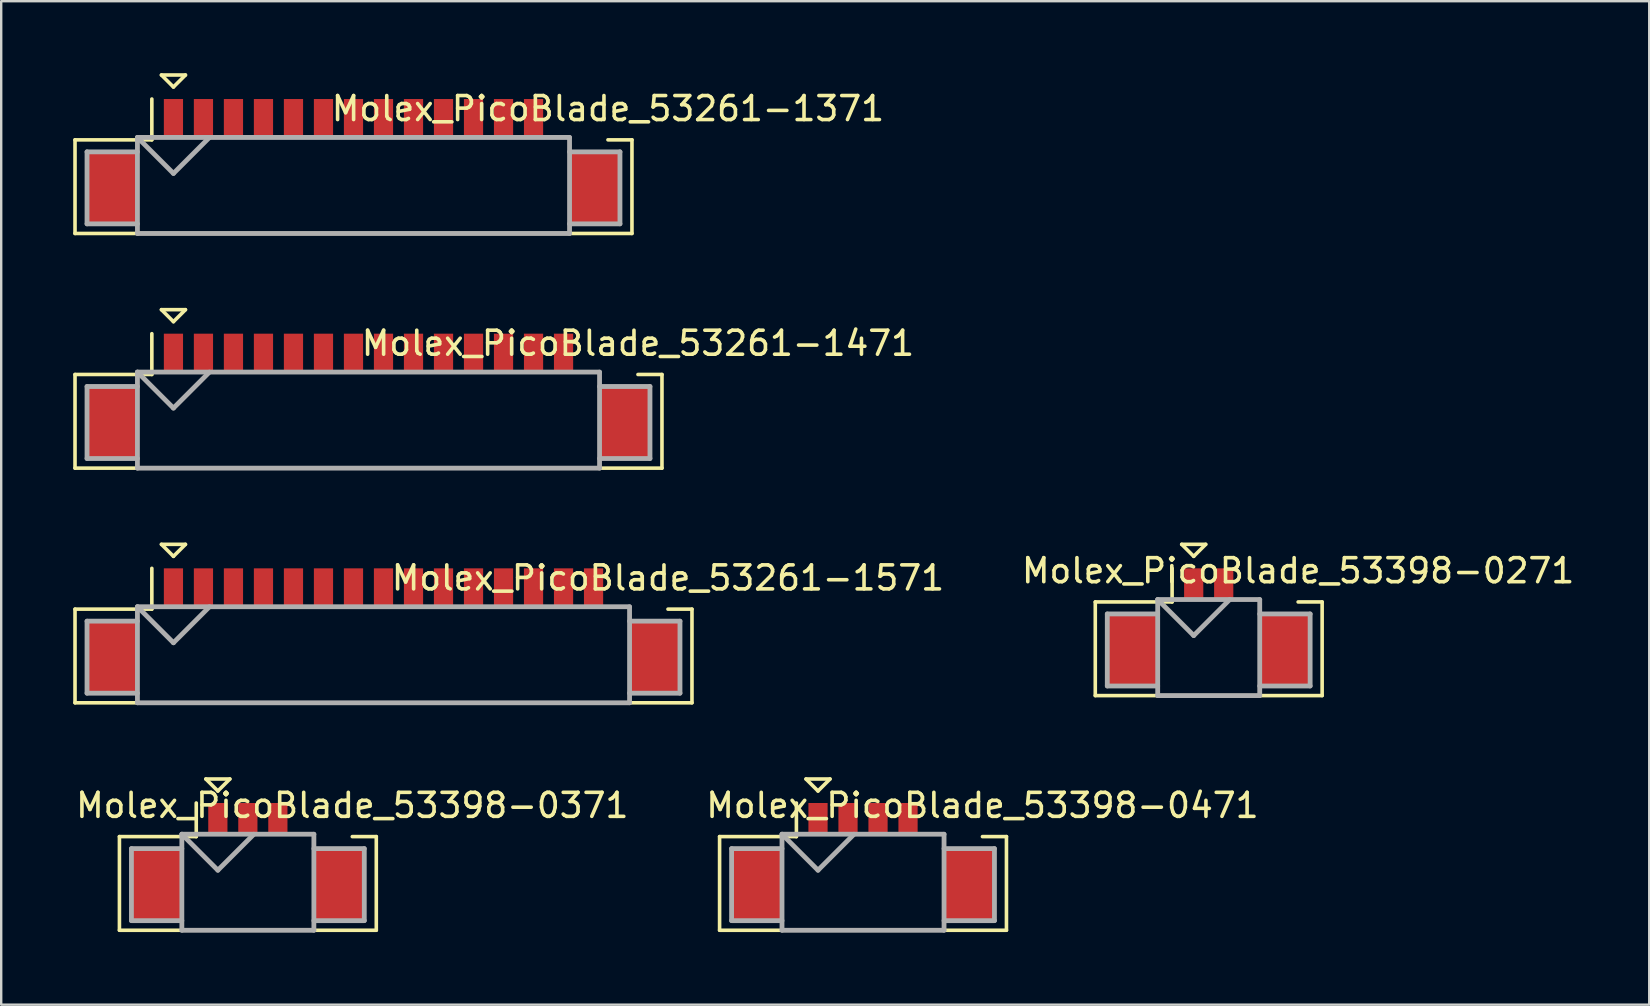
<source format=kicad_pcb>
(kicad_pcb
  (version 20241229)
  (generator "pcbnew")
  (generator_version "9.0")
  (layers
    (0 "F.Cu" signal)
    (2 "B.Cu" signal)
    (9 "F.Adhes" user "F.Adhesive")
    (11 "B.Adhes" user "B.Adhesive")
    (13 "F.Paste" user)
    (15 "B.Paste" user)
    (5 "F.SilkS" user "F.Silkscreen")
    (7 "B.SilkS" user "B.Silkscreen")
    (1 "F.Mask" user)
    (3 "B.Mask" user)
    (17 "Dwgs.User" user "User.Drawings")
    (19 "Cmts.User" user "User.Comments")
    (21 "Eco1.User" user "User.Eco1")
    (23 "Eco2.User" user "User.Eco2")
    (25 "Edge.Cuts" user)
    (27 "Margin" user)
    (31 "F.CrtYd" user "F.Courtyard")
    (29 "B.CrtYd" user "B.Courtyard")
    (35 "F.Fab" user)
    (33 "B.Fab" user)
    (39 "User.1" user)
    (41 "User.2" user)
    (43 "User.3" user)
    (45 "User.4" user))
  (footprint "Molex_PicoBlade_53261-1471"
    (layer "F.Cu")
    (at 12.3 14.55)
    (property "Reference" "Molex_PicoBlade_53261-1471" (at 11.225 -3.3 0) (layer "F.SilkS") (effects (font (size 1 1) (thickness 0.15))))
    (attr smd)
    (fp_line (start -12.225 -2) (end -12.225 1.9) (stroke (width 0.15) (type solid)) (layer "F.SilkS"))
    (fp_line (start -12.225 1.9) (end 12.225 1.9) (stroke (width 0.15) (type solid)) (layer "F.SilkS"))
    (fp_line (start -9.025 -3.7) (end -9.025 -2) (stroke (width 0.15) (type solid)) (layer "F.SilkS"))
    (fp_line (start -9.025 -2) (end -12.225 -2) (stroke (width 0.15) (type solid)) (layer "F.SilkS"))
    (fp_line (start -8.625 -4.7) (end -7.625 -4.7) (stroke (width 0.15) (type solid)) (layer "F.SilkS"))
    (fp_line (start -8.125 -4.2) (end -8.625 -4.7) (stroke (width 0.15) (type solid)) (layer "F.SilkS"))
    (fp_line (start -7.625 -4.7) (end -8.125 -4.2) (stroke (width 0.15) (type solid)) (layer "F.SilkS"))
    (fp_line (start 12.225 -2) (end 11.225 -2) (stroke (width 0.15) (type solid)) (layer "F.SilkS"))
    (fp_line (start 12.225 1.9) (end 12.225 -2) (stroke (width 0.15) (type solid)) (layer "F.SilkS"))
    (fp_line (start -11.725 -1.5) (end -11.725 1.5) (stroke (width 0.2) (type solid)) (layer "F.Fab"))
    (fp_line (start -11.725 1.5) (end -9.625 1.5) (stroke (width 0.2) (type solid)) (layer "F.Fab"))
    (fp_line (start -9.625 -2.1) (end -9.625 1.9) (stroke (width 0.2) (type solid)) (layer "F.Fab"))
    (fp_line (start -9.625 -2.1) (end -8.125 -0.6) (stroke (width 0.2) (type solid)) (layer "F.Fab"))
    (fp_line (start -9.625 -1.5) (end -11.725 -1.5) (stroke (width 0.2) (type solid)) (layer "F.Fab"))
    (fp_line (start -9.625 1.9) (end 9.625 1.9) (stroke (width 0.2) (type solid)) (layer "F.Fab"))
    (fp_line (start -8.125 -0.6) (end -6.625 -2.1) (stroke (width 0.2) (type solid)) (layer "F.Fab"))
    (fp_line (start 9.625 -2.1) (end -9.625 -2.1) (stroke (width 0.2) (type solid)) (layer "F.Fab"))
    (fp_line (start 9.625 -1.5) (end 11.725 -1.5) (stroke (width 0.2) (type solid)) (layer "F.Fab"))
    (fp_line (start 9.625 1.9) (end 9.625 -2.1) (stroke (width 0.2) (type solid)) (layer "F.Fab"))
    (fp_line (start 11.725 -1.5) (end 11.725 1.5) (stroke (width 0.2) (type solid)) (layer "F.Fab"))
    (fp_line (start 11.725 1.5) (end 9.625 1.5) (stroke (width 0.2) (type solid)) (layer "F.Fab"))
    (pad "" smd rect (at -10.675 0) (size 2.1 3) (layers "F.Cu" "F.Mask" "F.Paste"))
    (pad "" smd rect (at 10.675 0) (size 2.1 3) (layers "F.Cu" "F.Mask" "F.Paste"))
    (pad "1" smd rect (at -8.125 -2.9) (size 0.8 1.6) (layers "F.Cu" "F.Mask" "F.Paste"))
    (pad "2" smd rect (at -6.875 -2.9) (size 0.8 1.6) (layers "F.Cu" "F.Mask" "F.Paste"))
    (pad "3" smd rect (at -5.625 -2.9) (size 0.8 1.6) (layers "F.Cu" "F.Mask" "F.Paste"))
    (pad "4" smd rect (at -4.375 -2.9) (size 0.8 1.6) (layers "F.Cu" "F.Mask" "F.Paste"))
    (pad "5" smd rect (at -3.125 -2.9) (size 0.8 1.6) (layers "F.Cu" "F.Mask" "F.Paste"))
    (pad "6" smd rect (at -1.875 -2.9) (size 0.8 1.6) (layers "F.Cu" "F.Mask" "F.Paste"))
    (pad "7" smd rect (at -0.625 -2.9) (size 0.8 1.6) (layers "F.Cu" "F.Mask" "F.Paste"))
    (pad "8" smd rect (at 0.625 -2.9) (size 0.8 1.6) (layers "F.Cu" "F.Mask" "F.Paste"))
    (pad "9" smd rect (at 1.875 -2.9) (size 0.8 1.6) (layers "F.Cu" "F.Mask" "F.Paste"))
    (pad "10" smd rect (at 3.125 -2.9) (size 0.8 1.6) (layers "F.Cu" "F.Mask" "F.Paste"))
    (pad "11" smd rect (at 4.375 -2.9) (size 0.8 1.6) (layers "F.Cu" "F.Mask" "F.Paste"))
    (pad "12" smd rect (at 5.625 -2.9) (size 0.8 1.6) (layers "F.Cu" "F.Mask" "F.Paste"))
    (pad "13" smd rect (at 6.875 -2.9) (size 0.8 1.6) (layers "F.Cu" "F.Mask" "F.Paste"))
    (pad "14" smd rect (at 8.125 -2.9) (size 0.8 1.6) (layers "F.Cu" "F.Mask" "F.Paste")))
  (footprint "Molex_PicoBlade_53398-0471"
    (layer "F.Cu")
    (at 32.9 33.8)
    (property "Reference" "Molex_PicoBlade_53398-0471" (at 4.975 -3.3 0) (layer "F.SilkS") (effects (font (size 1 1) (thickness 0.15))))
    (attr smd)
    (fp_line (start -5.975 -2) (end -5.975 1.9) (stroke (width 0.15) (type solid)) (layer "F.SilkS"))
    (fp_line (start -5.975 1.9) (end 5.975 1.9) (stroke (width 0.15) (type solid)) (layer "F.SilkS"))
    (fp_line (start -2.775 -3.4) (end -2.775 -2) (stroke (width 0.15) (type solid)) (layer "F.SilkS"))
    (fp_line (start -2.775 -2) (end -5.975 -2) (stroke (width 0.15) (type solid)) (layer "F.SilkS"))
    (fp_line (start -2.375 -4.4) (end -1.375 -4.4) (stroke (width 0.15) (type solid)) (layer "F.SilkS"))
    (fp_line (start -1.875 -3.9) (end -2.375 -4.4) (stroke (width 0.15) (type solid)) (layer "F.SilkS"))
    (fp_line (start -1.375 -4.4) (end -1.875 -3.9) (stroke (width 0.15) (type solid)) (layer "F.SilkS"))
    (fp_line (start 5.975 -2) (end 4.975 -2) (stroke (width 0.15) (type solid)) (layer "F.SilkS"))
    (fp_line (start 5.975 1.9) (end 5.975 -2) (stroke (width 0.15) (type solid)) (layer "F.SilkS"))
    (fp_line (start -5.475 -1.5) (end -5.475 1.5) (stroke (width 0.2) (type solid)) (layer "F.Fab"))
    (fp_line (start -5.475 1.5) (end -3.375 1.5) (stroke (width 0.2) (type solid)) (layer "F.Fab"))
    (fp_line (start -3.375 -2.1) (end -3.375 1.9) (stroke (width 0.2) (type solid)) (layer "F.Fab"))
    (fp_line (start -3.375 -2.1) (end -1.875 -0.6) (stroke (width 0.2) (type solid)) (layer "F.Fab"))
    (fp_line (start -3.375 -1.5) (end -5.475 -1.5) (stroke (width 0.2) (type solid)) (layer "F.Fab"))
    (fp_line (start -3.375 1.9) (end 3.375 1.9) (stroke (width 0.2) (type solid)) (layer "F.Fab"))
    (fp_line (start -1.875 -0.6) (end -0.375 -2.1) (stroke (width 0.2) (type solid)) (layer "F.Fab"))
    (fp_line (start 3.375 -2.1) (end -3.375 -2.1) (stroke (width 0.2) (type solid)) (layer "F.Fab"))
    (fp_line (start 3.375 -1.5) (end 5.475 -1.5) (stroke (width 0.2) (type solid)) (layer "F.Fab"))
    (fp_line (start 3.375 1.9) (end 3.375 -2.1) (stroke (width 0.2) (type solid)) (layer "F.Fab"))
    (fp_line (start 5.475 -1.5) (end 5.475 1.5) (stroke (width 0.2) (type solid)) (layer "F.Fab"))
    (fp_line (start 5.475 1.5) (end 3.375 1.5) (stroke (width 0.2) (type solid)) (layer "F.Fab"))
    (pad "" smd rect (at -4.425 0) (size 2.1 3) (layers "F.Cu" "F.Mask" "F.Paste"))
    (pad "" smd rect (at 4.425 0) (size 2.1 3) (layers "F.Cu" "F.Mask" "F.Paste"))
    (pad "1" smd rect (at -1.875 -2.75) (size 0.8 1.3) (layers "F.Cu" "F.Mask" "F.Paste"))
    (pad "2" smd rect (at -0.625 -2.75) (size 0.8 1.3) (layers "F.Cu" "F.Mask" "F.Paste"))
    (pad "3" smd rect (at 0.625 -2.75) (size 0.8 1.3) (layers "F.Cu" "F.Mask" "F.Paste"))
    (pad "4" smd rect (at 1.875 -2.75) (size 0.8 1.3) (layers "F.Cu" "F.Mask" "F.Paste")))
  (footprint "Molex_PicoBlade_53398-0271"
    (layer "F.Cu")
    (at 47.3 24.025)
    (property "Reference" "Molex_PicoBlade_53398-0271" (at 3.725 -3.3 0) (layer "F.SilkS") (effects (font (size 1 1) (thickness 0.15))))
    (attr smd)
    (fp_line (start -4.725 -2) (end -4.725 1.9) (stroke (width 0.15) (type solid)) (layer "F.SilkS"))
    (fp_line (start -4.725 1.9) (end 4.725 1.9) (stroke (width 0.15) (type solid)) (layer "F.SilkS"))
    (fp_line (start -1.525 -3.4) (end -1.525 -2) (stroke (width 0.15) (type solid)) (layer "F.SilkS"))
    (fp_line (start -1.525 -2) (end -4.725 -2) (stroke (width 0.15) (type solid)) (layer "F.SilkS"))
    (fp_line (start -1.125 -4.4) (end -0.125 -4.4) (stroke (width 0.15) (type solid)) (layer "F.SilkS"))
    (fp_line (start -0.625 -3.9) (end -1.125 -4.4) (stroke (width 0.15) (type solid)) (layer "F.SilkS"))
    (fp_line (start -0.125 -4.4) (end -0.625 -3.9) (stroke (width 0.15) (type solid)) (layer "F.SilkS"))
    (fp_line (start 4.725 -2) (end 3.725 -2) (stroke (width 0.15) (type solid)) (layer "F.SilkS"))
    (fp_line (start 4.725 1.9) (end 4.725 -2) (stroke (width 0.15) (type solid)) (layer "F.SilkS"))
    (fp_line (start -4.225 -1.5) (end -4.225 1.5) (stroke (width 0.2) (type solid)) (layer "F.Fab"))
    (fp_line (start -4.225 1.5) (end -2.125 1.5) (stroke (width 0.2) (type solid)) (layer "F.Fab"))
    (fp_line (start -2.125 -2.1) (end -2.125 1.9) (stroke (width 0.2) (type solid)) (layer "F.Fab"))
    (fp_line (start -2.125 -2.1) (end -0.625 -0.6) (stroke (width 0.2) (type solid)) (layer "F.Fab"))
    (fp_line (start -2.125 -1.5) (end -4.225 -1.5) (stroke (width 0.2) (type solid)) (layer "F.Fab"))
    (fp_line (start -2.125 1.9) (end 2.125 1.9) (stroke (width 0.2) (type solid)) (layer "F.Fab"))
    (fp_line (start -0.625 -0.6) (end 0.875 -2.1) (stroke (width 0.2) (type solid)) (layer "F.Fab"))
    (fp_line (start 2.125 -2.1) (end -2.125 -2.1) (stroke (width 0.2) (type solid)) (layer "F.Fab"))
    (fp_line (start 2.125 -1.5) (end 4.225 -1.5) (stroke (width 0.2) (type solid)) (layer "F.Fab"))
    (fp_line (start 2.125 1.9) (end 2.125 -2.1) (stroke (width 0.2) (type solid)) (layer "F.Fab"))
    (fp_line (start 4.225 -1.5) (end 4.225 1.5) (stroke (width 0.2) (type solid)) (layer "F.Fab"))
    (fp_line (start 4.225 1.5) (end 2.125 1.5) (stroke (width 0.2) (type solid)) (layer "F.Fab"))
    (pad "" smd rect (at -3.175 0) (size 2.1 3) (layers "F.Cu" "F.Mask" "F.Paste"))
    (pad "" smd rect (at 3.175 0) (size 2.1 3) (layers "F.Cu" "F.Mask" "F.Paste"))
    (pad "1" smd rect (at -0.625 -2.75) (size 0.8 1.3) (layers "F.Cu" "F.Mask" "F.Paste"))
    (pad "2" smd rect (at 0.625 -2.75) (size 0.8 1.3) (layers "F.Cu" "F.Mask" "F.Paste")))
  (footprint "Molex_PicoBlade_53261-1371"
    (layer "F.Cu")
    (at 11.675 4.775)
    (property "Reference" "Molex_PicoBlade_53261-1371" (at 10.6 -3.3 0) (layer "F.SilkS") (effects (font (size 1 1) (thickness 0.15))))
    (attr smd)
    (fp_line (start -11.6 -2) (end -11.6 1.9) (stroke (width 0.15) (type solid)) (layer "F.SilkS"))
    (fp_line (start -11.6 1.9) (end 11.6 1.9) (stroke (width 0.15) (type solid)) (layer "F.SilkS"))
    (fp_line (start -8.4 -3.7) (end -8.4 -2) (stroke (width 0.15) (type solid)) (layer "F.SilkS"))
    (fp_line (start -8.4 -2) (end -11.6 -2) (stroke (width 0.15) (type solid)) (layer "F.SilkS"))
    (fp_line (start -8 -4.7) (end -7 -4.7) (stroke (width 0.15) (type solid)) (layer "F.SilkS"))
    (fp_line (start -7.5 -4.2) (end -8 -4.7) (stroke (width 0.15) (type solid)) (layer "F.SilkS"))
    (fp_line (start -7 -4.7) (end -7.5 -4.2) (stroke (width 0.15) (type solid)) (layer "F.SilkS"))
    (fp_line (start 11.6 -2) (end 10.6 -2) (stroke (width 0.15) (type solid)) (layer "F.SilkS"))
    (fp_line (start 11.6 1.9) (end 11.6 -2) (stroke (width 0.15) (type solid)) (layer "F.SilkS"))
    (fp_line (start -11.1 -1.5) (end -11.1 1.5) (stroke (width 0.2) (type solid)) (layer "F.Fab"))
    (fp_line (start -11.1 1.5) (end -9 1.5) (stroke (width 0.2) (type solid)) (layer "F.Fab"))
    (fp_line (start -9 -2.1) (end -9 1.9) (stroke (width 0.2) (type solid)) (layer "F.Fab"))
    (fp_line (start -9 -2.1) (end -7.5 -0.6) (stroke (width 0.2) (type solid)) (layer "F.Fab"))
    (fp_line (start -9 -1.5) (end -11.1 -1.5) (stroke (width 0.2) (type solid)) (layer "F.Fab"))
    (fp_line (start -9 1.9) (end 9 1.9) (stroke (width 0.2) (type solid)) (layer "F.Fab"))
    (fp_line (start -7.5 -0.6) (end -6 -2.1) (stroke (width 0.2) (type solid)) (layer "F.Fab"))
    (fp_line (start 9 -2.1) (end -9 -2.1) (stroke (width 0.2) (type solid)) (layer "F.Fab"))
    (fp_line (start 9 -1.5) (end 11.1 -1.5) (stroke (width 0.2) (type solid)) (layer "F.Fab"))
    (fp_line (start 9 1.9) (end 9 -2.1) (stroke (width 0.2) (type solid)) (layer "F.Fab"))
    (fp_line (start 11.1 -1.5) (end 11.1 1.5) (stroke (width 0.2) (type solid)) (layer "F.Fab"))
    (fp_line (start 11.1 1.5) (end 9 1.5) (stroke (width 0.2) (type solid)) (layer "F.Fab"))
    (pad "" smd rect (at -10.05 0) (size 2.1 3) (layers "F.Cu" "F.Mask" "F.Paste"))
    (pad "" smd rect (at 10.05 0) (size 2.1 3) (layers "F.Cu" "F.Mask" "F.Paste"))
    (pad "1" smd rect (at -7.5 -2.9) (size 0.8 1.6) (layers "F.Cu" "F.Mask" "F.Paste"))
    (pad "2" smd rect (at -6.25 -2.9) (size 0.8 1.6) (layers "F.Cu" "F.Mask" "F.Paste"))
    (pad "3" smd rect (at -5 -2.9) (size 0.8 1.6) (layers "F.Cu" "F.Mask" "F.Paste"))
    (pad "4" smd rect (at -3.75 -2.9) (size 0.8 1.6) (layers "F.Cu" "F.Mask" "F.Paste"))
    (pad "5" smd rect (at -2.5 -2.9) (size 0.8 1.6) (layers "F.Cu" "F.Mask" "F.Paste"))
    (pad "6" smd rect (at -1.25 -2.9) (size 0.8 1.6) (layers "F.Cu" "F.Mask" "F.Paste"))
    (pad "7" smd rect (at 0 -2.9) (size 0.8 1.6) (layers "F.Cu" "F.Mask" "F.Paste"))
    (pad "8" smd rect (at 1.25 -2.9) (size 0.8 1.6) (layers "F.Cu" "F.Mask" "F.Paste"))
    (pad "9" smd rect (at 2.5 -2.9) (size 0.8 1.6) (layers "F.Cu" "F.Mask" "F.Paste"))
    (pad "10" smd rect (at 3.75 -2.9) (size 0.8 1.6) (layers "F.Cu" "F.Mask" "F.Paste"))
    (pad "11" smd rect (at 5 -2.9) (size 0.8 1.6) (layers "F.Cu" "F.Mask" "F.Paste"))
    (pad "12" smd rect (at 6.25 -2.9) (size 0.8 1.6) (layers "F.Cu" "F.Mask" "F.Paste"))
    (pad "13" smd rect (at 7.5 -2.9) (size 0.8 1.6) (layers "F.Cu" "F.Mask" "F.Paste")))
  (footprint "Molex_PicoBlade_53398-0371"
    (layer "F.Cu")
    (at 7.275 33.8)
    (property "Reference" "Molex_PicoBlade_53398-0371" (at 4.35 -3.3 0) (layer "F.SilkS") (effects (font (size 1 1) (thickness 0.15))))
    (attr smd)
    (fp_line (start -5.35 -2) (end -5.35 1.9) (stroke (width 0.15) (type solid)) (layer "F.SilkS"))
    (fp_line (start -5.35 1.9) (end 5.35 1.9) (stroke (width 0.15) (type solid)) (layer "F.SilkS"))
    (fp_line (start -2.15 -3.4) (end -2.15 -2) (stroke (width 0.15) (type solid)) (layer "F.SilkS"))
    (fp_line (start -2.15 -2) (end -5.35 -2) (stroke (width 0.15) (type solid)) (layer "F.SilkS"))
    (fp_line (start -1.75 -4.4) (end -0.75 -4.4) (stroke (width 0.15) (type solid)) (layer "F.SilkS"))
    (fp_line (start -1.25 -3.9) (end -1.75 -4.4) (stroke (width 0.15) (type solid)) (layer "F.SilkS"))
    (fp_line (start -0.75 -4.4) (end -1.25 -3.9) (stroke (width 0.15) (type solid)) (layer "F.SilkS"))
    (fp_line (start 5.35 -2) (end 4.35 -2) (stroke (width 0.15) (type solid)) (layer "F.SilkS"))
    (fp_line (start 5.35 1.9) (end 5.35 -2) (stroke (width 0.15) (type solid)) (layer "F.SilkS"))
    (fp_line (start -4.85 -1.5) (end -4.85 1.5) (stroke (width 0.2) (type solid)) (layer "F.Fab"))
    (fp_line (start -4.85 1.5) (end -2.75 1.5) (stroke (width 0.2) (type solid)) (layer "F.Fab"))
    (fp_line (start -2.75 -2.1) (end -2.75 1.9) (stroke (width 0.2) (type solid)) (layer "F.Fab"))
    (fp_line (start -2.75 -2.1) (end -1.25 -0.6) (stroke (width 0.2) (type solid)) (layer "F.Fab"))
    (fp_line (start -2.75 -1.5) (end -4.85 -1.5) (stroke (width 0.2) (type solid)) (layer "F.Fab"))
    (fp_line (start -2.75 1.9) (end 2.75 1.9) (stroke (width 0.2) (type solid)) (layer "F.Fab"))
    (fp_line (start -1.25 -0.6) (end 0.25 -2.1) (stroke (width 0.2) (type solid)) (layer "F.Fab"))
    (fp_line (start 2.75 -2.1) (end -2.75 -2.1) (stroke (width 0.2) (type solid)) (layer "F.Fab"))
    (fp_line (start 2.75 -1.5) (end 4.85 -1.5) (stroke (width 0.2) (type solid)) (layer "F.Fab"))
    (fp_line (start 2.75 1.9) (end 2.75 -2.1) (stroke (width 0.2) (type solid)) (layer "F.Fab"))
    (fp_line (start 4.85 -1.5) (end 4.85 1.5) (stroke (width 0.2) (type solid)) (layer "F.Fab"))
    (fp_line (start 4.85 1.5) (end 2.75 1.5) (stroke (width 0.2) (type solid)) (layer "F.Fab"))
    (pad "" smd rect (at -3.8 0) (size 2.1 3) (layers "F.Cu" "F.Mask" "F.Paste"))
    (pad "" smd rect (at 3.8 0) (size 2.1 3) (layers "F.Cu" "F.Mask" "F.Paste"))
    (pad "1" smd rect (at -1.25 -2.75) (size 0.8 1.3) (layers "F.Cu" "F.Mask" "F.Paste"))
    (pad "2" smd rect (at 0 -2.75) (size 0.8 1.3) (layers "F.Cu" "F.Mask" "F.Paste"))
    (pad "3" smd rect (at 1.25 -2.75) (size 0.8 1.3) (layers "F.Cu" "F.Mask" "F.Paste")))
  (footprint "Molex_PicoBlade_53261-1571"
    (layer "F.Cu")
    (at 12.925 24.325)
    (property "Reference" "Molex_PicoBlade_53261-1571" (at 11.85 -3.3 0) (layer "F.SilkS") (effects (font (size 1 1) (thickness 0.15))))
    (attr smd)
    (fp_line (start -12.85 -2) (end -12.85 1.9) (stroke (width 0.15) (type solid)) (layer "F.SilkS"))
    (fp_line (start -12.85 1.9) (end 12.85 1.9) (stroke (width 0.15) (type solid)) (layer "F.SilkS"))
    (fp_line (start -9.65 -3.7) (end -9.65 -2) (stroke (width 0.15) (type solid)) (layer "F.SilkS"))
    (fp_line (start -9.65 -2) (end -12.85 -2) (stroke (width 0.15) (type solid)) (layer "F.SilkS"))
    (fp_line (start -9.25 -4.7) (end -8.25 -4.7) (stroke (width 0.15) (type solid)) (layer "F.SilkS"))
    (fp_line (start -8.75 -4.2) (end -9.25 -4.7) (stroke (width 0.15) (type solid)) (layer "F.SilkS"))
    (fp_line (start -8.25 -4.7) (end -8.75 -4.2) (stroke (width 0.15) (type solid)) (layer "F.SilkS"))
    (fp_line (start 12.85 -2) (end 11.85 -2) (stroke (width 0.15) (type solid)) (layer "F.SilkS"))
    (fp_line (start 12.85 1.9) (end 12.85 -2) (stroke (width 0.15) (type solid)) (layer "F.SilkS"))
    (fp_line (start -12.35 -1.5) (end -12.35 1.5) (stroke (width 0.2) (type solid)) (layer "F.Fab"))
    (fp_line (start -12.35 1.5) (end -10.25 1.5) (stroke (width 0.2) (type solid)) (layer "F.Fab"))
    (fp_line (start -10.25 -2.1) (end -10.25 1.9) (stroke (width 0.2) (type solid)) (layer "F.Fab"))
    (fp_line (start -10.25 -2.1) (end -8.75 -0.6) (stroke (width 0.2) (type solid)) (layer "F.Fab"))
    (fp_line (start -10.25 -1.5) (end -12.35 -1.5) (stroke (width 0.2) (type solid)) (layer "F.Fab"))
    (fp_line (start -10.25 1.9) (end 10.25 1.9) (stroke (width 0.2) (type solid)) (layer "F.Fab"))
    (fp_line (start -8.75 -0.6) (end -7.25 -2.1) (stroke (width 0.2) (type solid)) (layer "F.Fab"))
    (fp_line (start 10.25 -2.1) (end -10.25 -2.1) (stroke (width 0.2) (type solid)) (layer "F.Fab"))
    (fp_line (start 10.25 -1.5) (end 12.35 -1.5) (stroke (width 0.2) (type solid)) (layer "F.Fab"))
    (fp_line (start 10.25 1.9) (end 10.25 -2.1) (stroke (width 0.2) (type solid)) (layer "F.Fab"))
    (fp_line (start 12.35 -1.5) (end 12.35 1.5) (stroke (width 0.2) (type solid)) (layer "F.Fab"))
    (fp_line (start 12.35 1.5) (end 10.25 1.5) (stroke (width 0.2) (type solid)) (layer "F.Fab"))
    (pad "" smd rect (at -11.3 0) (size 2.1 3) (layers "F.Cu" "F.Mask" "F.Paste"))
    (pad "" smd rect (at 11.3 0) (size 2.1 3) (layers "F.Cu" "F.Mask" "F.Paste"))
    (pad "1" smd rect (at -8.75 -2.9) (size 0.8 1.6) (layers "F.Cu" "F.Mask" "F.Paste"))
    (pad "2" smd rect (at -7.5 -2.9) (size 0.8 1.6) (layers "F.Cu" "F.Mask" "F.Paste"))
    (pad "3" smd rect (at -6.25 -2.9) (size 0.8 1.6) (layers "F.Cu" "F.Mask" "F.Paste"))
    (pad "4" smd rect (at -5 -2.9) (size 0.8 1.6) (layers "F.Cu" "F.Mask" "F.Paste"))
    (pad "5" smd rect (at -3.75 -2.9) (size 0.8 1.6) (layers "F.Cu" "F.Mask" "F.Paste"))
    (pad "6" smd rect (at -2.5 -2.9) (size 0.8 1.6) (layers "F.Cu" "F.Mask" "F.Paste"))
    (pad "7" smd rect (at -1.25 -2.9) (size 0.8 1.6) (layers "F.Cu" "F.Mask" "F.Paste"))
    (pad "8" smd rect (at 0 -2.9) (size 0.8 1.6) (layers "F.Cu" "F.Mask" "F.Paste"))
    (pad "9" smd rect (at 1.25 -2.9) (size 0.8 1.6) (layers "F.Cu" "F.Mask" "F.Paste"))
    (pad "10" smd rect (at 2.5 -2.9) (size 0.8 1.6) (layers "F.Cu" "F.Mask" "F.Paste"))
    (pad "11" smd rect (at 3.75 -2.9) (size 0.8 1.6) (layers "F.Cu" "F.Mask" "F.Paste"))
    (pad "12" smd rect (at 5 -2.9) (size 0.8 1.6) (layers "F.Cu" "F.Mask" "F.Paste"))
    (pad "13" smd rect (at 6.25 -2.9) (size 0.8 1.6) (layers "F.Cu" "F.Mask" "F.Paste"))
    (pad "14" smd rect (at 7.5 -2.9) (size 0.8 1.6) (layers "F.Cu" "F.Mask" "F.Paste"))
    (pad "15" smd rect (at 8.75 -2.9) (size 0.8 1.6) (layers "F.Cu" "F.Mask" "F.Paste")))
  (gr_rect
    (start -3 -3)
    (end 65.65 38.8)
    (stroke (width 0.1) (type default))
    (fill no)
    (layer "Edge.Cuts")))
</source>
